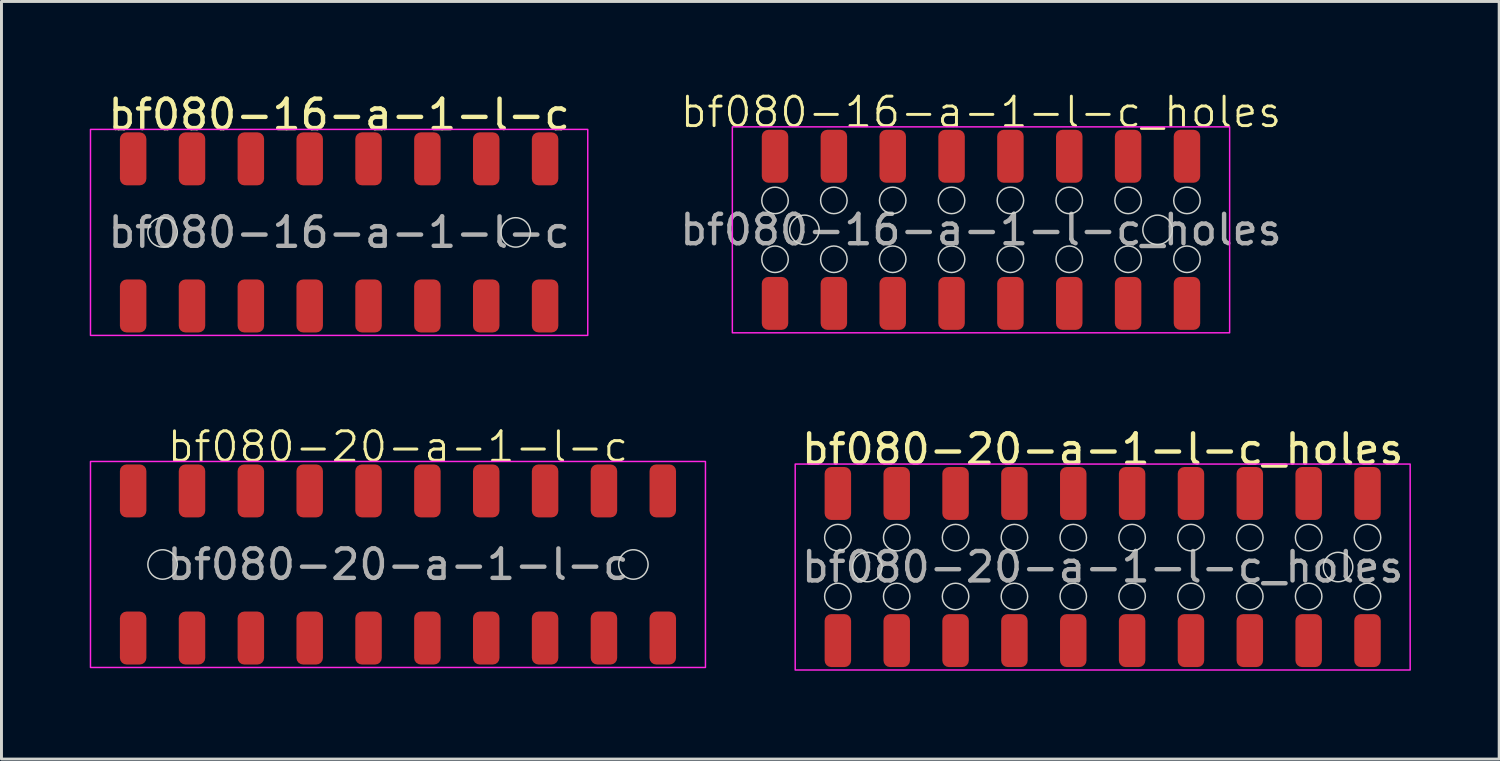
<source format=kicad_pcb>
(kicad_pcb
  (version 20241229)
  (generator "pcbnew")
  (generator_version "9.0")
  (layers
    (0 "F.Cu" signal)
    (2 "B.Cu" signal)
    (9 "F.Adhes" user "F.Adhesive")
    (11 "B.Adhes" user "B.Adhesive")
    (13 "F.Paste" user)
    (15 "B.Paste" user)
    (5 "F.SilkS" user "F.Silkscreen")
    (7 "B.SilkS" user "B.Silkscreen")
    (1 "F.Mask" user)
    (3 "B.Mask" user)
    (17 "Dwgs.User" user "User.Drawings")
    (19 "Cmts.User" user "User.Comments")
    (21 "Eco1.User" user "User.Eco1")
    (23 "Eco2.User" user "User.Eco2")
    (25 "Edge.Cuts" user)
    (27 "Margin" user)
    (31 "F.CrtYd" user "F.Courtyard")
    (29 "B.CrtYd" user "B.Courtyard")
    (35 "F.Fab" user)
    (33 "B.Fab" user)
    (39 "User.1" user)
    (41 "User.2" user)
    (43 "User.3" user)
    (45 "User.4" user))
  (footprint "bf080-20-a-1-l-c_holes"
    (layer "F.Cu")
    (at 34.425 16.221)
    (property "Reference" "bf080-20-a-1-l-c_holes" (at 0 -4 0) (unlocked yes) (layer "F.SilkS") (effects (font (size 1 1) (thickness 0.15))))
    (attr smd)
    (fp_circle (center -9 -1) (end -8.55 -1) (stroke (width 0.05) (type default)) (fill no) (layer "Edge.Cuts"))
    (fp_circle (center -9 1) (end -8.55 1) (stroke (width 0.05) (type default)) (fill no) (layer "Edge.Cuts"))
    (fp_circle (center -8 0) (end -7.5 0) (stroke (width 0.05) (type default)) (fill no) (layer "Edge.Cuts"))
    (fp_circle (center -7 -1) (end -6.55 -1) (stroke (width 0.05) (type default)) (fill no) (layer "Edge.Cuts"))
    (fp_circle (center -7 1) (end -6.55 1) (stroke (width 0.05) (type default)) (fill no) (layer "Edge.Cuts"))
    (fp_circle (center -5 -1) (end -4.55 -1) (stroke (width 0.05) (type default)) (fill no) (layer "Edge.Cuts"))
    (fp_circle (center -5 1) (end -4.55 1) (stroke (width 0.05) (type default)) (fill no) (layer "Edge.Cuts"))
    (fp_circle (center -3 -1) (end -2.55 -1) (stroke (width 0.05) (type default)) (fill no) (layer "Edge.Cuts"))
    (fp_circle (center -3 1) (end -2.55 1) (stroke (width 0.05) (type default)) (fill no) (layer "Edge.Cuts"))
    (fp_circle (center -1 -1) (end -0.55 -1) (stroke (width 0.05) (type default)) (fill no) (layer "Edge.Cuts"))
    (fp_circle (center -1 1) (end -0.55 1) (stroke (width 0.05) (type default)) (fill no) (layer "Edge.Cuts"))
    (fp_circle (center 1 -1) (end 1.45 -1) (stroke (width 0.05) (type default)) (fill no) (layer "Edge.Cuts"))
    (fp_circle (center 1 1) (end 1.45 1) (stroke (width 0.05) (type default)) (fill no) (layer "Edge.Cuts"))
    (fp_circle (center 3 -1) (end 3.45 -1) (stroke (width 0.05) (type default)) (fill no) (layer "Edge.Cuts"))
    (fp_circle (center 3 1) (end 3.45 1) (stroke (width 0.05) (type default)) (fill no) (layer "Edge.Cuts"))
    (fp_circle (center 5 -1) (end 5.45 -1) (stroke (width 0.05) (type default)) (fill no) (layer "Edge.Cuts"))
    (fp_circle (center 5 1) (end 5.45 1) (stroke (width 0.05) (type default)) (fill no) (layer "Edge.Cuts"))
    (fp_circle (center 7 -1) (end 7.45 -1) (stroke (width 0.05) (type default)) (fill no) (layer "Edge.Cuts"))
    (fp_circle (center 7 1) (end 7.45 1) (stroke (width 0.05) (type default)) (fill no) (layer "Edge.Cuts"))
    (fp_circle (center 8 0) (end 8.5 0) (stroke (width 0.05) (type default)) (fill no) (layer "Edge.Cuts"))
    (fp_circle (center 9 -1) (end 9.45 -1) (stroke (width 0.05) (type default)) (fill no) (layer "Edge.Cuts"))
    (fp_circle (center 9 1) (end 9.45 1) (stroke (width 0.05) (type default)) (fill no) (layer "Edge.Cuts"))
    (fp_poly (pts (xy -10.45 -3.5) (xy -10.45 3.5) (xy 10.45 3.5) (xy 10.45 -3.5)) (stroke (width 0.05) (type solid)) (fill no) (layer "F.CrtYd"))
    (fp_text user "${REFERENCE}" (at 0 0 0) (unlocked yes) (layer "F.Fab") (effects (font (size 1 1) (thickness 0.15))))
    (pad "1" smd roundrect (at -9 -2.5) (size 0.9 1.8) (layers "F.Cu" "F.Mask" "F.Paste") (roundrect_rratio 0.25))
    (pad "2" smd roundrect (at -9 2.5) (size 0.9 1.8) (layers "F.Cu" "F.Mask" "F.Paste") (roundrect_rratio 0.25))
    (pad "3" smd roundrect (at -7 -2.5) (size 0.9 1.8) (layers "F.Cu" "F.Mask" "F.Paste") (roundrect_rratio 0.25))
    (pad "4" smd roundrect (at -7 2.5) (size 0.9 1.8) (layers "F.Cu" "F.Mask" "F.Paste") (roundrect_rratio 0.25))
    (pad "5" smd roundrect (at -5 -2.5) (size 0.9 1.8) (layers "F.Cu" "F.Mask" "F.Paste") (roundrect_rratio 0.25))
    (pad "6" smd roundrect (at -5 2.5) (size 0.9 1.8) (layers "F.Cu" "F.Mask" "F.Paste") (roundrect_rratio 0.25))
    (pad "7" smd roundrect (at -3 -2.5) (size 0.9 1.8) (layers "F.Cu" "F.Mask" "F.Paste") (roundrect_rratio 0.25))
    (pad "8" smd roundrect (at -3 2.5) (size 0.9 1.8) (layers "F.Cu" "F.Mask" "F.Paste") (roundrect_rratio 0.25))
    (pad "9" smd roundrect (at -1 -2.5) (size 0.9 1.8) (layers "F.Cu" "F.Mask" "F.Paste") (roundrect_rratio 0.25))
    (pad "10" smd roundrect (at -1 2.5) (size 0.9 1.8) (layers "F.Cu" "F.Mask" "F.Paste") (roundrect_rratio 0.25))
    (pad "11" smd roundrect (at 1 -2.5) (size 0.9 1.8) (layers "F.Cu" "F.Mask" "F.Paste") (roundrect_rratio 0.25))
    (pad "12" smd roundrect (at 1 2.5) (size 0.9 1.8) (layers "F.Cu" "F.Mask" "F.Paste") (roundrect_rratio 0.25))
    (pad "13" smd roundrect (at 3 -2.5) (size 0.9 1.8) (layers "F.Cu" "F.Mask" "F.Paste") (roundrect_rratio 0.25))
    (pad "14" smd roundrect (at 3 2.5) (size 0.9 1.8) (layers "F.Cu" "F.Mask" "F.Paste") (roundrect_rratio 0.25))
    (pad "15" smd roundrect (at 5 -2.5) (size 0.9 1.8) (layers "F.Cu" "F.Mask" "F.Paste") (roundrect_rratio 0.25))
    (pad "16" smd roundrect (at 5 2.5) (size 0.9 1.8) (layers "F.Cu" "F.Mask" "F.Paste") (roundrect_rratio 0.25))
    (pad "17" smd roundrect (at 7 -2.5) (size 0.9 1.8) (layers "F.Cu" "F.Mask" "F.Paste") (roundrect_rratio 0.25))
    (pad "18" smd roundrect (at 7 2.5) (size 0.9 1.8) (layers "F.Cu" "F.Mask" "F.Paste") (roundrect_rratio 0.25))
    (pad "19" smd roundrect (at 9 -2.5) (size 0.9 1.8) (layers "F.Cu" "F.Mask" "F.Paste") (roundrect_rratio 0.25))
    (pad "20" smd roundrect (at 9 2.5) (size 0.9 1.8) (layers "F.Cu" "F.Mask" "F.Paste") (roundrect_rratio 0.25)))
  (footprint "bf080-16-a-1-l-c_holes"
    (layer "F.Cu")
    (at 30.289 4.761)
    (property "Reference" "bf080-16-a-1-l-c_holes" (at 0 -4 0) (unlocked yes) (layer "F.SilkS") (effects (font (size 1 1) (thickness 0.1))))
    (attr smd)
    (fp_circle (center -7 -1) (end -6.55 -1) (stroke (width 0.05) (type default)) (fill no) (layer "Edge.Cuts"))
    (fp_circle (center -7 1) (end -6.55 1) (stroke (width 0.05) (type default)) (fill no) (layer "Edge.Cuts"))
    (fp_circle (center -6 0) (end -5.5 0) (stroke (width 0.05) (type default)) (fill no) (layer "Edge.Cuts"))
    (fp_circle (center -5 -1) (end -4.55 -1) (stroke (width 0.05) (type default)) (fill no) (layer "Edge.Cuts"))
    (fp_circle (center -5 1) (end -4.55 1) (stroke (width 0.05) (type default)) (fill no) (layer "Edge.Cuts"))
    (fp_circle (center -3 -1) (end -2.55 -1) (stroke (width 0.05) (type default)) (fill no) (layer "Edge.Cuts"))
    (fp_circle (center -3 1) (end -2.55 1) (stroke (width 0.05) (type default)) (fill no) (layer "Edge.Cuts"))
    (fp_circle (center -1 -1) (end -0.55 -1) (stroke (width 0.05) (type default)) (fill no) (layer "Edge.Cuts"))
    (fp_circle (center -1 1) (end -0.55 1) (stroke (width 0.05) (type default)) (fill no) (layer "Edge.Cuts"))
    (fp_circle (center 1 -1) (end 1.45 -1) (stroke (width 0.05) (type default)) (fill no) (layer "Edge.Cuts"))
    (fp_circle (center 1 1) (end 1.45 1) (stroke (width 0.05) (type default)) (fill no) (layer "Edge.Cuts"))
    (fp_circle (center 3 -1) (end 3.45 -1) (stroke (width 0.05) (type default)) (fill no) (layer "Edge.Cuts"))
    (fp_circle (center 3 1) (end 3.45 1) (stroke (width 0.05) (type default)) (fill no) (layer "Edge.Cuts"))
    (fp_circle (center 5 -1) (end 5.45 -1) (stroke (width 0.05) (type default)) (fill no) (layer "Edge.Cuts"))
    (fp_circle (center 5 1) (end 5.45 1) (stroke (width 0.05) (type default)) (fill no) (layer "Edge.Cuts"))
    (fp_circle (center 6 0) (end 6.5 0) (stroke (width 0.05) (type default)) (fill no) (layer "Edge.Cuts"))
    (fp_circle (center 7 -1) (end 7.45 -1) (stroke (width 0.05) (type default)) (fill no) (layer "Edge.Cuts"))
    (fp_circle (center 7 1) (end 7.45 1) (stroke (width 0.05) (type default)) (fill no) (layer "Edge.Cuts"))
    (fp_poly (pts (xy -8.45 -3.5) (xy -8.45 3.5) (xy 8.45 3.5) (xy 8.45 -3.5)) (stroke (width 0.05) (type solid)) (fill no) (layer "F.CrtYd"))
    (fp_text user "${REFERENCE}" (at 0 0 0) (unlocked yes) (layer "F.Fab") (effects (font (size 1 1) (thickness 0.15))))
    (pad "1" smd roundrect (at -7 -2.5) (size 0.9 1.8) (layers "F.Cu" "F.Mask" "F.Paste") (roundrect_rratio 0.25))
    (pad "2" smd roundrect (at -7 2.5) (size 0.9 1.8) (layers "F.Cu" "F.Mask" "F.Paste") (roundrect_rratio 0.25))
    (pad "3" smd roundrect (at -5 -2.5) (size 0.9 1.8) (layers "F.Cu" "F.Mask" "F.Paste") (roundrect_rratio 0.25))
    (pad "4" smd roundrect (at -5 2.5) (size 0.9 1.8) (layers "F.Cu" "F.Mask" "F.Paste") (roundrect_rratio 0.25))
    (pad "5" smd roundrect (at -3 -2.5) (size 0.9 1.8) (layers "F.Cu" "F.Mask" "F.Paste") (roundrect_rratio 0.25))
    (pad "6" smd roundrect (at -3 2.5) (size 0.9 1.8) (layers "F.Cu" "F.Mask" "F.Paste") (roundrect_rratio 0.25))
    (pad "7" smd roundrect (at -1 -2.5) (size 0.9 1.8) (layers "F.Cu" "F.Mask" "F.Paste") (roundrect_rratio 0.25))
    (pad "8" smd roundrect (at -1 2.5) (size 0.9 1.8) (layers "F.Cu" "F.Mask" "F.Paste") (roundrect_rratio 0.25))
    (pad "9" smd roundrect (at 1 -2.5) (size 0.9 1.8) (layers "F.Cu" "F.Mask" "F.Paste") (roundrect_rratio 0.25))
    (pad "10" smd roundrect (at 1 2.5) (size 0.9 1.8) (layers "F.Cu" "F.Mask" "F.Paste") (roundrect_rratio 0.25))
    (pad "11" smd roundrect (at 3 -2.5) (size 0.9 1.8) (layers "F.Cu" "F.Mask" "F.Paste") (roundrect_rratio 0.25))
    (pad "12" smd roundrect (at 3 2.5) (size 0.9 1.8) (layers "F.Cu" "F.Mask" "F.Paste") (roundrect_rratio 0.25))
    (pad "13" smd roundrect (at 5 -2.5) (size 0.9 1.8) (layers "F.Cu" "F.Mask" "F.Paste") (roundrect_rratio 0.25))
    (pad "14" smd roundrect (at 5 2.5) (size 0.9 1.8) (layers "F.Cu" "F.Mask" "F.Paste") (roundrect_rratio 0.25))
    (pad "15" smd roundrect (at 7 -2.5) (size 0.9 1.8) (layers "F.Cu" "F.Mask" "F.Paste") (roundrect_rratio 0.25))
    (pad "16" smd roundrect (at 7 2.5) (size 0.9 1.8) (layers "F.Cu" "F.Mask" "F.Paste") (roundrect_rratio 0.25)))
  (footprint "bf080-16-a-1-l-c"
    (layer "F.Cu")
    (at 8.475 4.848)
    (property "Reference" "bf080-16-a-1-l-c" (at 0 -4 0) (unlocked yes) (layer "F.SilkS") (effects (font (size 1 1) (thickness 0.15))))
    (attr smd)
    (fp_circle (center -6 0) (end -5.5 0) (stroke (width 0.05) (type default)) (fill no) (layer "Edge.Cuts"))
    (fp_circle (center 6 0) (end 6.5 0) (stroke (width 0.05) (type default)) (fill no) (layer "Edge.Cuts"))
    (fp_poly (pts (xy -8.45 -3.5) (xy -8.45 3.5) (xy 8.45 3.5) (xy 8.45 -3.5)) (stroke (width 0.05) (type solid)) (fill no) (layer "F.CrtYd"))
    (fp_text user "${REFERENCE}" (at 0 0 0) (unlocked yes) (layer "F.Fab") (effects (font (size 1 1) (thickness 0.15))))
    (pad "1" smd roundrect (at -7 -2.5) (size 0.9 1.8) (layers "F.Cu" "F.Mask" "F.Paste") (roundrect_rratio 0.25))
    (pad "2" smd roundrect (at -7 2.5) (size 0.9 1.8) (layers "F.Cu" "F.Mask" "F.Paste") (roundrect_rratio 0.25))
    (pad "3" smd roundrect (at -5 -2.5) (size 0.9 1.8) (layers "F.Cu" "F.Mask" "F.Paste") (roundrect_rratio 0.25))
    (pad "4" smd roundrect (at -5 2.5) (size 0.9 1.8) (layers "F.Cu" "F.Mask" "F.Paste") (roundrect_rratio 0.25))
    (pad "5" smd roundrect (at -3 -2.5) (size 0.9 1.8) (layers "F.Cu" "F.Mask" "F.Paste") (roundrect_rratio 0.25))
    (pad "6" smd roundrect (at -3 2.5) (size 0.9 1.8) (layers "F.Cu" "F.Mask" "F.Paste") (roundrect_rratio 0.25))
    (pad "7" smd roundrect (at -1 -2.5) (size 0.9 1.8) (layers "F.Cu" "F.Mask" "F.Paste") (roundrect_rratio 0.25))
    (pad "8" smd roundrect (at -1 2.5) (size 0.9 1.8) (layers "F.Cu" "F.Mask" "F.Paste") (roundrect_rratio 0.25))
    (pad "9" smd roundrect (at 1 -2.5) (size 0.9 1.8) (layers "F.Cu" "F.Mask" "F.Paste") (roundrect_rratio 0.25))
    (pad "10" smd roundrect (at 1 2.5) (size 0.9 1.8) (layers "F.Cu" "F.Mask" "F.Paste") (roundrect_rratio 0.25))
    (pad "11" smd roundrect (at 3 -2.5) (size 0.9 1.8) (layers "F.Cu" "F.Mask" "F.Paste") (roundrect_rratio 0.25))
    (pad "12" smd roundrect (at 3 2.5) (size 0.9 1.8) (layers "F.Cu" "F.Mask" "F.Paste") (roundrect_rratio 0.25))
    (pad "13" smd roundrect (at 5 -2.5) (size 0.9 1.8) (layers "F.Cu" "F.Mask" "F.Paste") (roundrect_rratio 0.25))
    (pad "14" smd roundrect (at 5 2.5) (size 0.9 1.8) (layers "F.Cu" "F.Mask" "F.Paste") (roundrect_rratio 0.25))
    (pad "15" smd roundrect (at 7 -2.5) (size 0.9 1.8) (layers "F.Cu" "F.Mask" "F.Paste") (roundrect_rratio 0.25))
    (pad "16" smd roundrect (at 7 2.5) (size 0.9 1.8) (layers "F.Cu" "F.Mask" "F.Paste") (roundrect_rratio 0.25)))
  (footprint "bf080-20-a-1-l-c"
    (layer "F.Cu")
    (at 10.475 16.134)
    (property "Reference" "bf080-20-a-1-l-c" (at 0 -4 0) (unlocked yes) (layer "F.SilkS") (effects (font (size 1 1) (thickness 0.1))))
    (attr smd)
    (fp_circle (center -8 0) (end -7.5 0) (stroke (width 0.05) (type default)) (fill no) (layer "Edge.Cuts"))
    (fp_circle (center 8 0) (end 8.5 0) (stroke (width 0.05) (type default)) (fill no) (layer "Edge.Cuts"))
    (fp_poly (pts (xy -10.45 -3.5) (xy -10.45 3.5) (xy 10.45 3.5) (xy 10.45 -3.5)) (stroke (width 0.05) (type solid)) (fill no) (layer "F.CrtYd"))
    (fp_text user "${REFERENCE}" (at 0 0 0) (unlocked yes) (layer "F.Fab") (effects (font (size 1 1) (thickness 0.15))))
    (pad "1" smd roundrect (at -9 -2.5) (size 0.9 1.8) (layers "F.Cu" "F.Mask" "F.Paste") (roundrect_rratio 0.25))
    (pad "2" smd roundrect (at -9 2.5) (size 0.9 1.8) (layers "F.Cu" "F.Mask" "F.Paste") (roundrect_rratio 0.25))
    (pad "3" smd roundrect (at -7 -2.5) (size 0.9 1.8) (layers "F.Cu" "F.Mask" "F.Paste") (roundrect_rratio 0.25))
    (pad "4" smd roundrect (at -7 2.5) (size 0.9 1.8) (layers "F.Cu" "F.Mask" "F.Paste") (roundrect_rratio 0.25))
    (pad "5" smd roundrect (at -5 -2.5) (size 0.9 1.8) (layers "F.Cu" "F.Mask" "F.Paste") (roundrect_rratio 0.25))
    (pad "6" smd roundrect (at -5 2.5) (size 0.9 1.8) (layers "F.Cu" "F.Mask" "F.Paste") (roundrect_rratio 0.25))
    (pad "7" smd roundrect (at -3 -2.5) (size 0.9 1.8) (layers "F.Cu" "F.Mask" "F.Paste") (roundrect_rratio 0.25))
    (pad "8" smd roundrect (at -3 2.5) (size 0.9 1.8) (layers "F.Cu" "F.Mask" "F.Paste") (roundrect_rratio 0.25))
    (pad "9" smd roundrect (at -1 -2.5) (size 0.9 1.8) (layers "F.Cu" "F.Mask" "F.Paste") (roundrect_rratio 0.25))
    (pad "10" smd roundrect (at -1 2.5) (size 0.9 1.8) (layers "F.Cu" "F.Mask" "F.Paste") (roundrect_rratio 0.25))
    (pad "11" smd roundrect (at 1 -2.5) (size 0.9 1.8) (layers "F.Cu" "F.Mask" "F.Paste") (roundrect_rratio 0.25))
    (pad "12" smd roundrect (at 1 2.5) (size 0.9 1.8) (layers "F.Cu" "F.Mask" "F.Paste") (roundrect_rratio 0.25))
    (pad "13" smd roundrect (at 3 -2.5) (size 0.9 1.8) (layers "F.Cu" "F.Mask" "F.Paste") (roundrect_rratio 0.25))
    (pad "14" smd roundrect (at 3 2.5) (size 0.9 1.8) (layers "F.Cu" "F.Mask" "F.Paste") (roundrect_rratio 0.25))
    (pad "15" smd roundrect (at 5 -2.5) (size 0.9 1.8) (layers "F.Cu" "F.Mask" "F.Paste") (roundrect_rratio 0.25))
    (pad "16" smd roundrect (at 5 2.5) (size 0.9 1.8) (layers "F.Cu" "F.Mask" "F.Paste") (roundrect_rratio 0.25))
    (pad "17" smd roundrect (at 7 -2.5) (size 0.9 1.8) (layers "F.Cu" "F.Mask" "F.Paste") (roundrect_rratio 0.25))
    (pad "18" smd roundrect (at 7 2.5) (size 0.9 1.8) (layers "F.Cu" "F.Mask" "F.Paste") (roundrect_rratio 0.25))
    (pad "19" smd roundrect (at 9 -2.5) (size 0.9 1.8) (layers "F.Cu" "F.Mask" "F.Paste") (roundrect_rratio 0.25))
    (pad "20" smd roundrect (at 9 2.5) (size 0.9 1.8) (layers "F.Cu" "F.Mask" "F.Paste") (roundrect_rratio 0.25)))
  (gr_rect
    (start -3 -3)
    (end 47.9 22.747)
    (stroke (width 0.1) (type default))
    (fill no)
    (layer "Edge.Cuts")))
</source>
